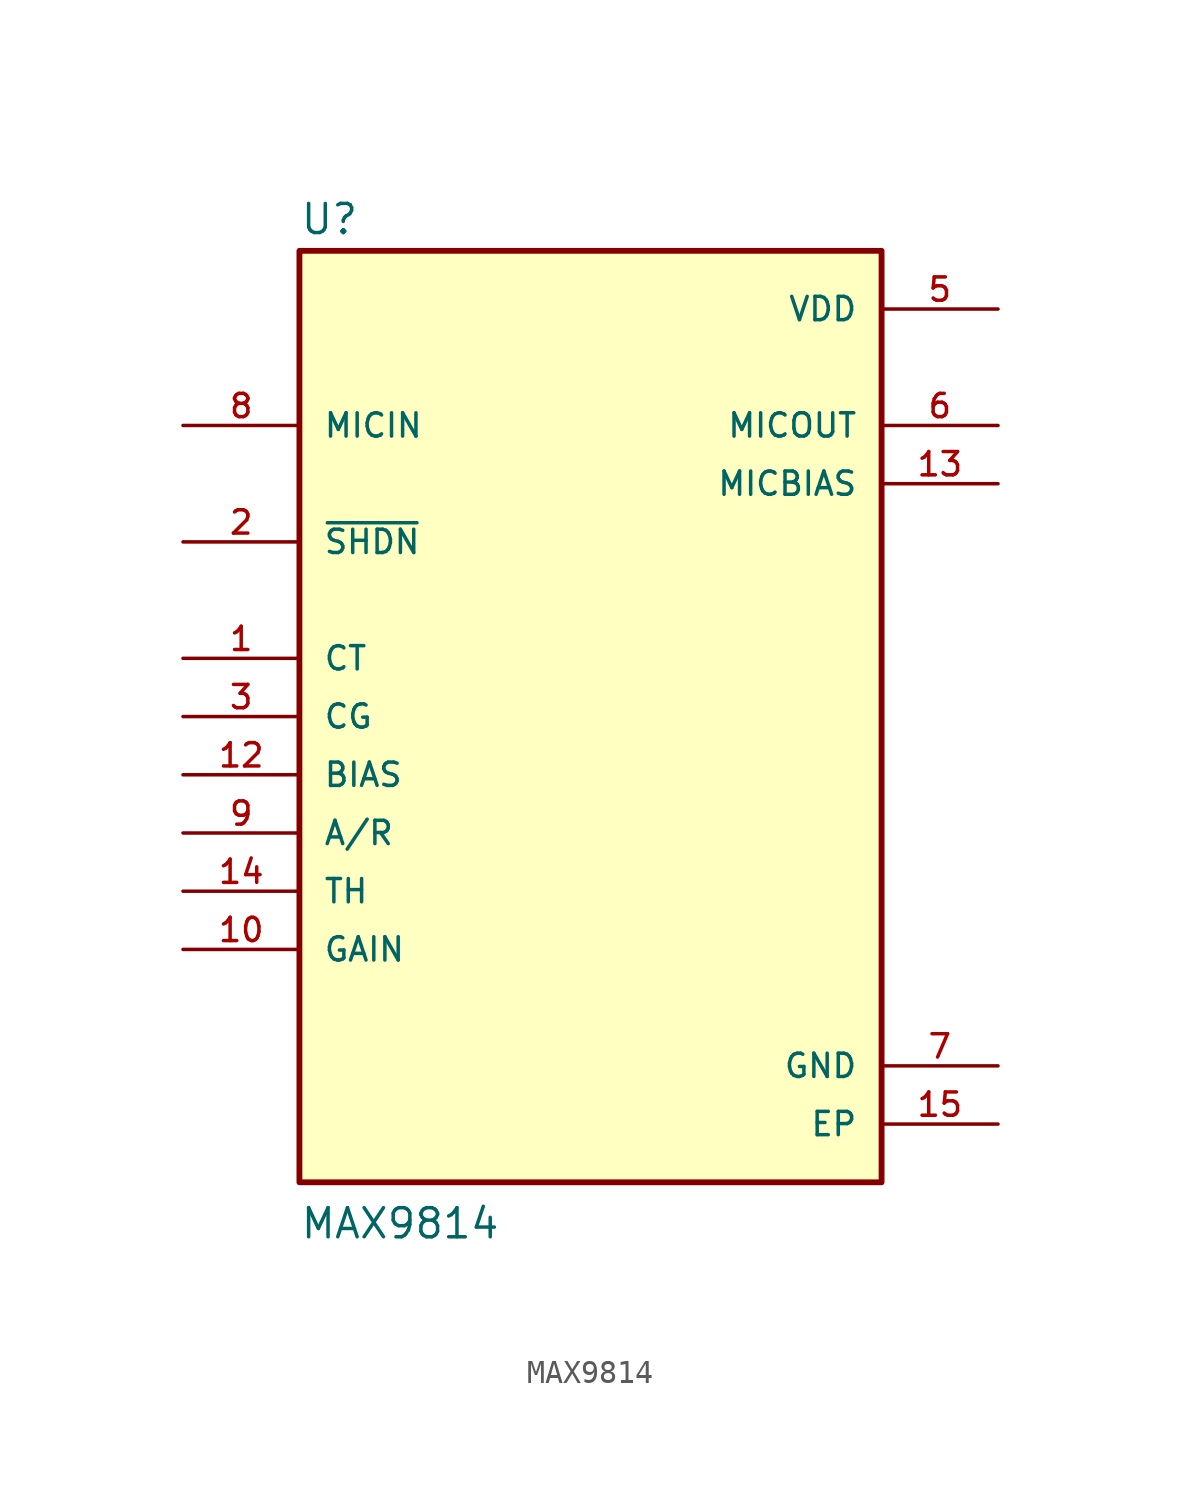
<source format=kicad_sym>
(kicad_symbol_lib
  (version 20241209)
  (generator "kicad_symbol_editor")
  (generator_version "9.0")
  (symbol "MAX9814"
    (pin_names
      (offset 1.016))
    (property "Reference" "U"
      (at -12.7 20.955 0)
      (effects (font (size 1.27 1.27)) (justify left bottom)))
    (property "Value" "MAX9814"
      (at -12.7 -22.86 0)
      (effects (font (size 1.27 1.27)) (justify left bottom)))
    (symbol "MAX9814_0_0"
      (rectangle (start -12.7 -20.32) (end 12.7 20.32) (stroke (width 0.254) (type default)) (fill (type background)))
      (pin input line (at -17.78 12.7 0) (length 5.08) (name "MICIN" (effects (font (size 1.016 1.016)))) (number "8" (effects (font (size 1.016 1.016)))))
      (pin input line (at -17.78 7.62 0) (length 5.08) (name "~{SHDN}" (effects (font (size 1.016 1.016)))) (number "2" (effects (font (size 1.016 1.016)))))
      (pin passive line (at -17.78 2.54 0) (length 5.08) (name "CT" (effects (font (size 1.016 1.016)))) (number "1" (effects (font (size 1.016 1.016)))))
      (pin passive line (at -17.78 0 0) (length 5.08) (name "CG" (effects (font (size 1.016 1.016)))) (number "3" (effects (font (size 1.016 1.016)))))
      (pin passive line (at -17.78 -2.54 0) (length 5.08) (name "BIAS" (effects (font (size 1.016 1.016)))) (number "12" (effects (font (size 1.016 1.016)))))
      (pin passive line (at -17.78 -5.08 0) (length 5.08) (name "A/R" (effects (font (size 1.016 1.016)))) (number "9" (effects (font (size 1.016 1.016)))))
      (pin passive line (at -17.78 -7.62 0) (length 5.08) (name "TH" (effects (font (size 1.016 1.016)))) (number "14" (effects (font (size 1.016 1.016)))))
      (pin passive line (at -17.78 -10.16 0) (length 5.08) (name "GAIN" (effects (font (size 1.016 1.016)))) (number "10" (effects (font (size 1.016 1.016)))))
      (pin power_in line (at 17.78 17.78 180) (length 5.08) (name "VDD" (effects (font (size 1.016 1.016)))) (number "5" (effects (font (size 1.016 1.016)))))
      (pin output line (at 17.78 12.7 180) (length 5.08) (name "MICOUT" (effects (font (size 1.016 1.016)))) (number "6" (effects (font (size 1.016 1.016)))))
      (pin output line (at 17.78 10.16 180) (length 5.08) (name "MICBIAS" (effects (font (size 1.016 1.016)))) (number "13" (effects (font (size 1.016 1.016)))))
      (pin power_in line (at 17.78 -15.24 180) (length 5.08) (name "GND" (effects (font (size 1.016 1.016)))) (number "7" (effects (font (size 1.016 1.016)))))
      (pin power_in line (at 17.78 -17.78 180) (length 5.08) (name "EP" (effects (font (size 1.016 1.016)))) (number "15" (effects (font (size 1.016 1.016))))))))
</source>
